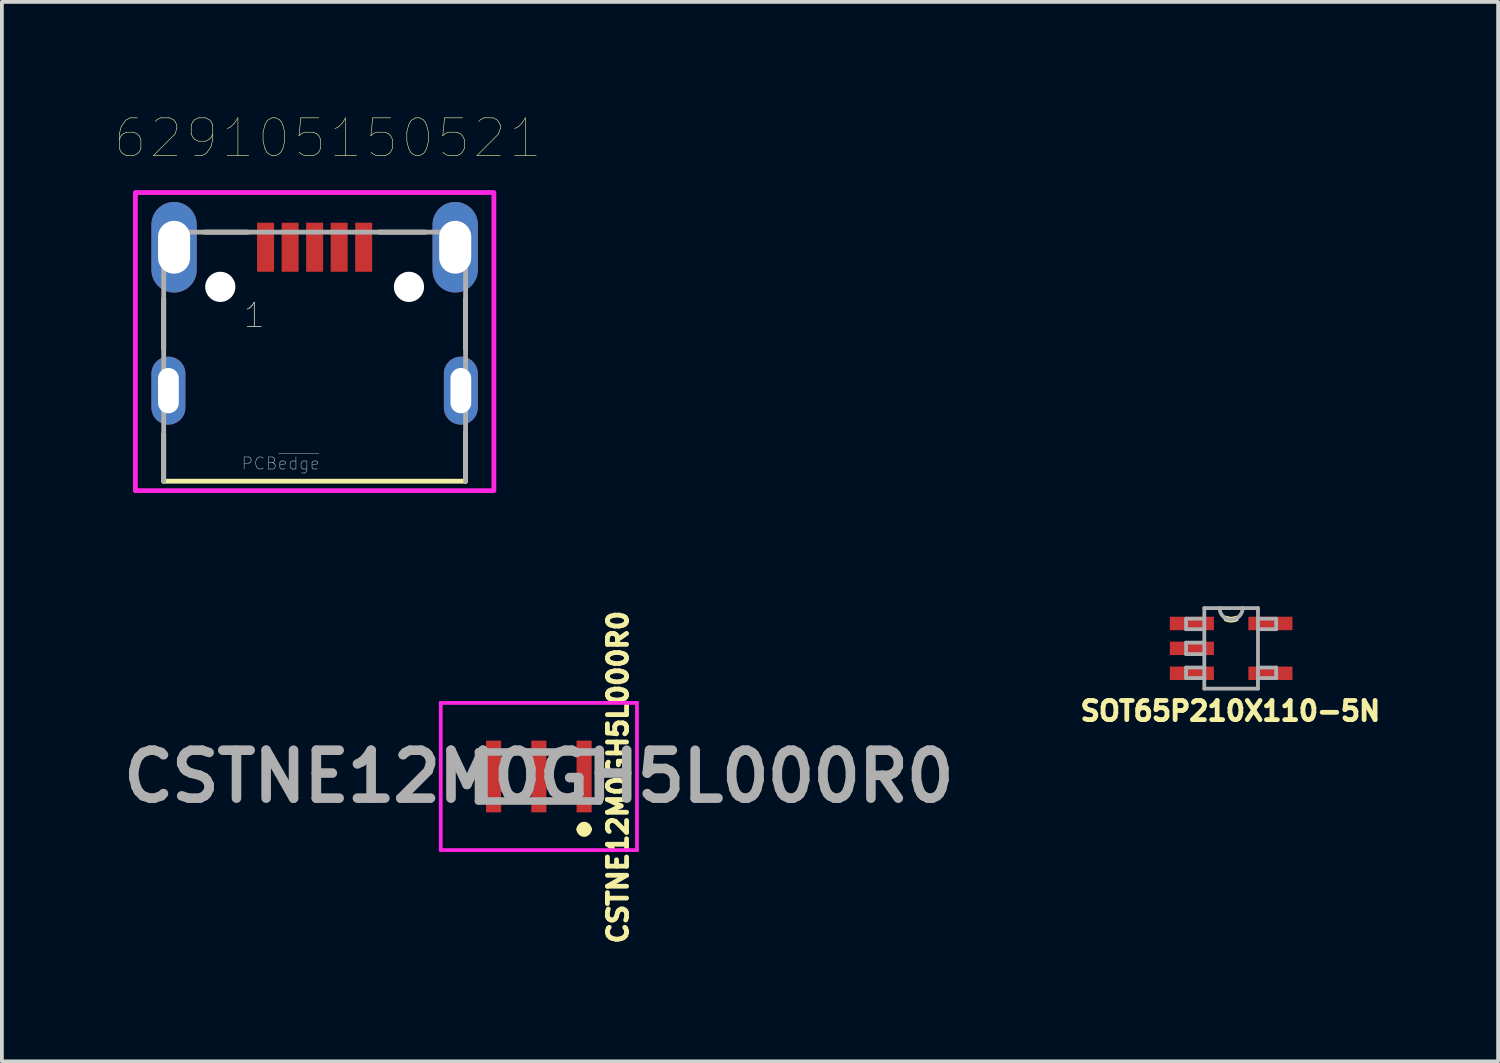
<source format=kicad_pcb>
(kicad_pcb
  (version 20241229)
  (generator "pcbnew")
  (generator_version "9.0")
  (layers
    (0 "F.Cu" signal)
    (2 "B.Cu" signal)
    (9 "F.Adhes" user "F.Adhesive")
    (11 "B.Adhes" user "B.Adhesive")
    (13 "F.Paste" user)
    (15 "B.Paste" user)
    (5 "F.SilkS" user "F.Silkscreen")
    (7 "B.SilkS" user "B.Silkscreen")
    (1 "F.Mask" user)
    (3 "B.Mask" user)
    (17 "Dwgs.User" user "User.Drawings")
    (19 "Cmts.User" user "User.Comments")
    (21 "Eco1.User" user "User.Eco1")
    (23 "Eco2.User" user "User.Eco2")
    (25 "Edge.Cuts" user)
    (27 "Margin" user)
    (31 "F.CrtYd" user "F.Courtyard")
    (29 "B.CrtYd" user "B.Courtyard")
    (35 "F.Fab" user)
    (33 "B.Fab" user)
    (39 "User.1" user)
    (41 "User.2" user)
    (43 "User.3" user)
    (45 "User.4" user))
  (footprint "SOT65P210X110-5N"
    (layer "F.Cu")
    (at 29.576 14.132)
    (property "Reference" "SOT65P210X110-5N" (at -0.02 1.66 0) (layer "F.SilkS") (effects (font (size 0.508 0.508) (thickness 0.127))))
    (attr through_hole)
    (fp_arc (start 0.127 -0.7874) (mid 0 -0.759826) (end -0.127 -0.7874) (stroke (width 0.1524) (type solid)) (layer "F.SilkS"))
    (fp_line (start -1.194 -0.787) (end -1.194 -0.508) (stroke (width 0.1) (type solid)) (layer "F.Fab"))
    (fp_line (start -1.194 -0.508) (end -0.711 -0.508) (stroke (width 0.1) (type solid)) (layer "F.Fab"))
    (fp_line (start -1.194 -0.152) (end -1.194 0.152) (stroke (width 0.1) (type solid)) (layer "F.Fab"))
    (fp_line (start -1.194 0.152) (end -0.711 0.152) (stroke (width 0.1) (type solid)) (layer "F.Fab"))
    (fp_line (start -1.194 0.508) (end -1.194 0.787) (stroke (width 0.1) (type solid)) (layer "F.Fab"))
    (fp_line (start -1.194 0.787) (end -0.711 0.787) (stroke (width 0.1) (type solid)) (layer "F.Fab"))
    (fp_line (start -0.711 -1.067) (end -0.711 -0.787) (stroke (width 0.1) (type solid)) (layer "F.Fab"))
    (fp_line (start -0.711 -0.787) (end -1.194 -0.787) (stroke (width 0.1) (type solid)) (layer "F.Fab"))
    (fp_line (start -0.711 -0.787) (end -0.711 -0.508) (stroke (width 0.1) (type solid)) (layer "F.Fab"))
    (fp_line (start -0.711 -0.508) (end -0.711 -0.152) (stroke (width 0.1) (type solid)) (layer "F.Fab"))
    (fp_line (start -0.711 -0.152) (end -1.194 -0.152) (stroke (width 0.1) (type solid)) (layer "F.Fab"))
    (fp_line (start -0.711 -0.152) (end -0.711 0.152) (stroke (width 0.1) (type solid)) (layer "F.Fab"))
    (fp_line (start -0.711 0.152) (end -0.711 0.508) (stroke (width 0.1) (type solid)) (layer "F.Fab"))
    (fp_line (start -0.711 0.508) (end -1.194 0.508) (stroke (width 0.1) (type solid)) (layer "F.Fab"))
    (fp_line (start -0.711 0.787) (end -0.711 0.508) (stroke (width 0.1) (type solid)) (layer "F.Fab"))
    (fp_line (start -0.711 1.067) (end -0.711 0.787) (stroke (width 0.1) (type solid)) (layer "F.Fab"))
    (fp_line (start -0.711 1.067) (end 0.711 1.067) (stroke (width 0.1) (type solid)) (layer "F.Fab"))
    (fp_line (start -0.305 -1.067) (end -0.711 -1.067) (stroke (width 0.1) (type solid)) (layer "F.Fab"))
    (fp_line (start 0.305 -1.067) (end -0.305 -1.067) (stroke (width 0.1) (type solid)) (layer "F.Fab"))
    (fp_line (start 0.711 -1.067) (end 0.305 -1.067) (stroke (width 0.1) (type solid)) (layer "F.Fab"))
    (fp_line (start 0.711 -1.067) (end 0.711 -0.787) (stroke (width 0.1) (type solid)) (layer "F.Fab"))
    (fp_line (start 0.711 -0.787) (end 0.711 -0.508) (stroke (width 0.1) (type solid)) (layer "F.Fab"))
    (fp_line (start 0.711 -0.508) (end 1.194 -0.508) (stroke (width 0.1) (type solid)) (layer "F.Fab"))
    (fp_line (start 0.711 0.508) (end 0.711 -0.508) (stroke (width 0.1) (type solid)) (layer "F.Fab"))
    (fp_line (start 0.711 0.787) (end 0.711 0.508) (stroke (width 0.1) (type solid)) (layer "F.Fab"))
    (fp_line (start 0.711 0.787) (end 1.194 0.787) (stroke (width 0.1) (type solid)) (layer "F.Fab"))
    (fp_line (start 0.711 1.067) (end 0.711 0.787) (stroke (width 0.1) (type solid)) (layer "F.Fab"))
    (fp_line (start 1.194 -0.787) (end 0.711 -0.787) (stroke (width 0.1) (type solid)) (layer "F.Fab"))
    (fp_line (start 1.194 -0.508) (end 1.194 -0.787) (stroke (width 0.1) (type solid)) (layer "F.Fab"))
    (fp_line (start 1.194 0.508) (end 0.711 0.508) (stroke (width 0.1) (type solid)) (layer "F.Fab"))
    (fp_line (start 1.194 0.787) (end 1.194 0.508) (stroke (width 0.1) (type solid)) (layer "F.Fab"))
    (fp_arc (start 0.3048 -1.0668) (mid 0 -0.762) (end -0.3048 -1.0668) (stroke (width 0.1) (type solid)) (layer "F.Fab"))
    (pad "1" smd rect (at -1.041 -0.66) (size 1.168 0.356) (layers "F.Cu" "F.Mask" "F.Paste"))
    (pad "2" smd rect (at -1.041 0) (size 1.168 0.356) (layers "F.Cu" "F.Mask" "F.Paste"))
    (pad "3" smd rect (at -1.041 0.66) (size 1.168 0.356) (layers "F.Cu" "F.Mask" "F.Paste"))
    (pad "4" smd rect (at 1.041 0.66) (size 1.168 0.356) (layers "F.Cu" "F.Mask" "F.Paste"))
    (pad "5" smd rect (at 1.041 -0.66) (size 1.168 0.356) (layers "F.Cu" "F.Mask" "F.Paste")))
  (footprint "629105150521"
    (layer "F.Cu")
    (at 5.288 4.552)
    (property "Reference" "629105150521" (at 0.348 -3.941 0) (layer "F.SilkS") (effects (font (size 1 1) (thickness 0.015))))
    (attr through_hole)
    (fp_line (start -4 0.31) (end -4 1.64) (stroke (width 0.127) (type solid)) (layer "F.SilkS"))
    (fp_line (start -4 3.9) (end -4 5.15) (stroke (width 0.127) (type solid)) (layer "F.SilkS"))
    (fp_line (start -4 5.15) (end 4 5.15) (stroke (width 0.127) (type solid)) (layer "F.SilkS"))
    (fp_line (start -2.92 -1.45) (end -1.77 -1.45) (stroke (width 0.127) (type solid)) (layer "F.SilkS"))
    (fp_line (start 1.71 -1.45) (end 2.93 -1.45) (stroke (width 0.127) (type solid)) (layer "F.SilkS"))
    (fp_line (start 4 0.32) (end 4 1.65) (stroke (width 0.127) (type solid)) (layer "F.SilkS"))
    (fp_line (start 4 3.85) (end 4 5.15) (stroke (width 0.127) (type solid)) (layer "F.SilkS"))
    (fp_poly (pts (xy -4.75 -2.5) (xy 4.75 -2.5) (xy 4.75 5.4) (xy -4.75 5.4)) (stroke (width 0.127) (type solid)) (fill no) (layer "F.CrtYd"))
    (fp_line (start -4 -1.45) (end 4 -1.45) (stroke (width 0.127) (type solid)) (layer "F.Fab"))
    (fp_line (start -4 5.15) (end -4 -1.45) (stroke (width 0.127) (type solid)) (layer "F.Fab"))
    (fp_line (start 4 5.15) (end 4 -1.45) (stroke (width 0.127) (type solid)) (layer "F.Fab"))
    (fp_text user "1" (at -1.6 0.75 0) (layer "F.SilkS") (effects (font (size 0.64 0.64) (thickness 0.015))))
    (fp_text user "1" (at -1.6 0.75 0) (layer "Dwgs.User") (effects (font (size 0.64 0.64) (thickness 0.015))))
    (fp_text user "PCB~{edge}" (at -0.9 4.68 0) (layer "F.Fab") (effects (font (size 0.32 0.32) (thickness 0.015))))
    (pad "" np_thru_hole circle (at -2.5 0) (size 0.8 0.8) (drill 0.8) (layers "*.Cu" "*.Mask"))
    (pad "" np_thru_hole circle (at 2.5 0) (size 0.8 0.8) (drill 0.8) (layers "*.Cu" "*.Mask"))
    (pad "1" smd rect (at -1.3 -1.05) (size 0.45 1.3) (layers "F.Cu" "F.Mask" "F.Paste"))
    (pad "2" smd rect (at -0.65 -1.05) (size 0.45 1.3) (layers "F.Cu" "F.Mask" "F.Paste"))
    (pad "3" smd rect (at 0 -1.05) (size 0.45 1.3) (layers "F.Cu" "F.Mask" "F.Paste"))
    (pad "4" smd rect (at 0.65 -1.05) (size 0.45 1.3) (layers "F.Cu" "F.Mask" "F.Paste"))
    (pad "5" smd rect (at 1.3 -1.05) (size 0.45 1.3) (layers "F.Cu" "F.Mask" "F.Paste"))
    (pad "SHELL" thru_hole oval (at -3.725 -1.05) (size 1.2 2.4) (drill oval 0.85 1.4) (layers "*.Cu" "*.Mask"))
    (pad "SHELL1" thru_hole oval (at 3.725 -1.05) (size 1.2 2.4) (drill oval 0.85 1.4) (layers "*.Cu" "*.Mask"))
    (pad "SHELL2" thru_hole oval (at -3.875 2.75) (size 0.9 1.8) (drill oval 0.55 1.2) (layers "*.Cu" "*.Mask"))
    (pad "SHELL3" thru_hole oval (at 3.875 2.75) (size 0.9 1.8) (drill oval 0.55 1.2) (layers "*.Cu" "*.Mask")))
  (footprint "CSTNE12M0GH5L000R0"
    (layer "F.Cu")
    (at 11.23 17.527)
    (property "Reference" "CSTNE12M0GH5L000R0" (at 2.096 0.018 270) (layer "F.SilkS") (effects (font (size 0.508 0.508) (thickness 0.127))))
    (attr smd)
    (fp_line (start -1.6 -0.65) (end -1.6 0.65) (stroke (width 0.1) (type solid)) (layer "F.SilkS"))
    (fp_line (start 1.1 1.4) (end 1.1 1.4) (stroke (width 0.2) (type solid)) (layer "F.SilkS"))
    (fp_line (start 1.3 1.4) (end 1.3 1.4) (stroke (width 0.2) (type solid)) (layer "F.SilkS"))
    (fp_line (start 1.6 -0.65) (end 1.6 0.65) (stroke (width 0.1) (type solid)) (layer "F.SilkS"))
    (fp_arc (start 1.1 1.4) (mid 1.2 1.3) (end 1.3 1.4) (stroke (width 0.2) (type solid)) (layer "F.SilkS"))
    (fp_arc (start 1.3 1.4) (mid 1.2 1.5) (end 1.1 1.4) (stroke (width 0.2) (type solid)) (layer "F.SilkS"))
    (fp_line (start -2.6 -1.95) (end 2.6 -1.95) (stroke (width 0.1) (type solid)) (layer "F.CrtYd"))
    (fp_line (start -2.6 1.95) (end -2.6 -1.95) (stroke (width 0.1) (type solid)) (layer "F.CrtYd"))
    (fp_line (start 2.6 -1.95) (end 2.6 1.95) (stroke (width 0.1) (type solid)) (layer "F.CrtYd"))
    (fp_line (start 2.6 1.95) (end -2.6 1.95) (stroke (width 0.1) (type solid)) (layer "F.CrtYd"))
    (fp_line (start -1.6 -0.65) (end 1.6 -0.65) (stroke (width 0.2) (type solid)) (layer "F.Fab"))
    (fp_line (start -1.6 0.65) (end -1.6 -0.65) (stroke (width 0.2) (type solid)) (layer "F.Fab"))
    (fp_line (start 1.6 -0.65) (end 1.6 0.65) (stroke (width 0.2) (type solid)) (layer "F.Fab"))
    (fp_line (start 1.6 0.65) (end -1.6 0.65) (stroke (width 0.2) (type solid)) (layer "F.Fab"))
    (fp_text user "${REFERENCE}" (at 0 0 180) (layer "F.Fab") (effects (font (size 1.27 1.27) (thickness 0.254))))
    (pad "1" smd rect (at 1.2 0) (size 0.4 1.9) (layers "F.Cu" "F.Mask" "F.Paste"))
    (pad "2" smd rect (at 0 0) (size 0.4 1.9) (layers "F.Cu" "F.Mask" "F.Paste"))
    (pad "3" smd rect (at -1.2 0) (size 0.4 1.9) (layers "F.Cu" "F.Mask" "F.Paste")))
  (gr_rect
    (start -3 -3)
    (end 36.651 25.076)
    (stroke (width 0.1) (type default))
    (fill no)
    (layer "Edge.Cuts")))
</source>
